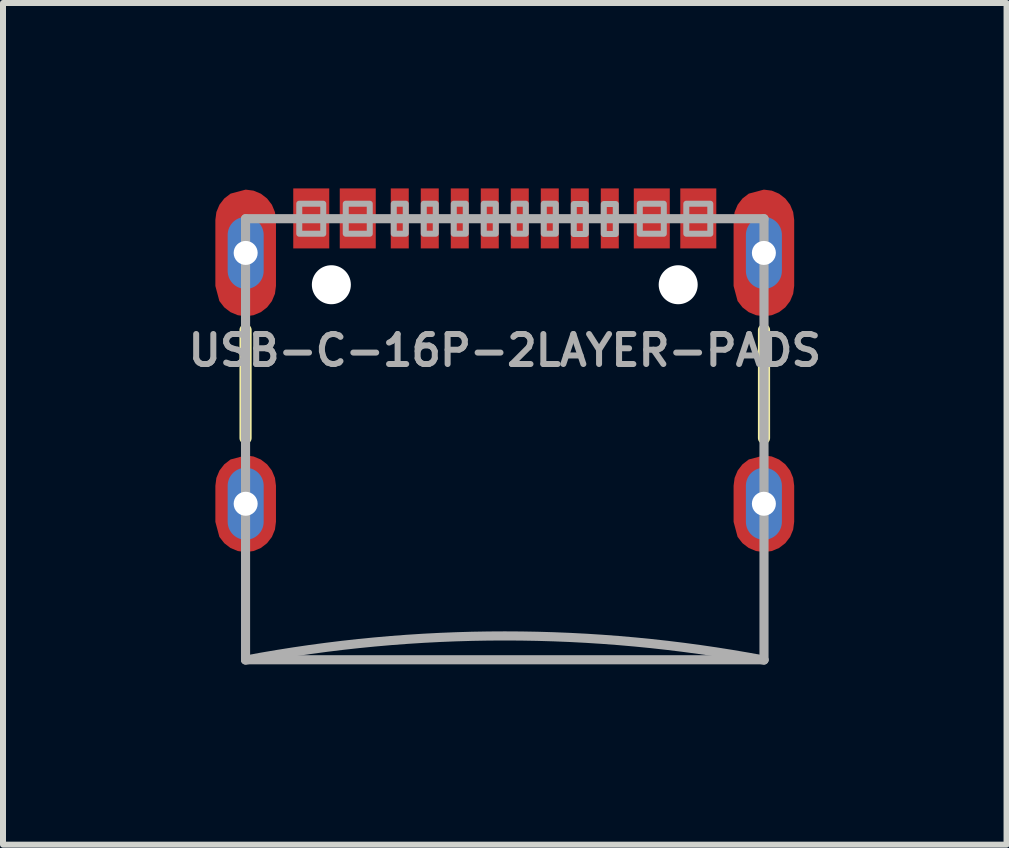
<source format=kicad_pcb>
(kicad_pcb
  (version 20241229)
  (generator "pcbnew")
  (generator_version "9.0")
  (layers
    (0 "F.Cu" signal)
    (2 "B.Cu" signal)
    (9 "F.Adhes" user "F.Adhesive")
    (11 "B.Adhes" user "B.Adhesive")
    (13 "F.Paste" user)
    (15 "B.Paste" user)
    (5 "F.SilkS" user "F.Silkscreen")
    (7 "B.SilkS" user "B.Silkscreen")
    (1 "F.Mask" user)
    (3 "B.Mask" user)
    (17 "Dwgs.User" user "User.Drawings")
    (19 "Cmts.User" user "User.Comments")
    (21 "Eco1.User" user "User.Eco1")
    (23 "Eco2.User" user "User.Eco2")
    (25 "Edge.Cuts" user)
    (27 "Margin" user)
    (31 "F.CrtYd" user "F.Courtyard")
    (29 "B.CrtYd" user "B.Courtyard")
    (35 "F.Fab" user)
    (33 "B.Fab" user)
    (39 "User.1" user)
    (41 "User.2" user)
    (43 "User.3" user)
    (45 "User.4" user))
  (footprint "USB-C-16P-2LAYER-PADS"
    (layer "F.Cu")
    (at 5.362 0.25)
    (property "Reference" "USB-C-16P-2LAYER-PADS" (at 0 2.54 0) (layer "F.Fab") (effects (font (size 0.5 0.5) (thickness 0.1) (bold yes))))
    (fp_poly (pts (xy -4.187 -0.123) (xy -4.065 -0.072) (xy -3.961 0.008) (xy -3.881 0.112) (xy -3.83 0.234) (xy -3.813 0.365) (xy -3.813 1.465) (xy -3.83 1.596) (xy -3.881 1.718) (xy -3.961 1.822) (xy -4.065 1.902) (xy -4.187 1.953) (xy -4.318 1.97) (xy -4.449 1.953) (xy -4.571 1.902) (xy -4.675 1.822) (xy -4.756 1.717) (xy -4.823 1.466) (xy -4.823 0.365) (xy -4.806 0.234) (xy -4.755 0.112) (xy -4.675 0.008) (xy -4.57 -0.073) (xy -4.318 -0.14)) (stroke (width 0) (type default)) (fill yes) (layer "F.Cu"))
    (fp_poly (pts (xy -4.187 4.307) (xy -4.065 4.358) (xy -3.961 4.438) (xy -3.881 4.542) (xy -3.83 4.664) (xy -3.813 4.795) (xy -3.813 5.395) (xy -3.83 5.526) (xy -3.881 5.648) (xy -3.961 5.752) (xy -4.065 5.832) (xy -4.187 5.883) (xy -4.318 5.9) (xy -4.449 5.883) (xy -4.571 5.832) (xy -4.675 5.752) (xy -4.756 5.647) (xy -4.823 5.396) (xy -4.823 4.795) (xy -4.806 4.664) (xy -4.755 4.542) (xy -4.675 4.438) (xy -4.57 4.357) (xy -4.318 4.29)) (stroke (width 0) (type default)) (fill yes) (layer "F.Cu"))
    (fp_poly (pts (xy 4.449 -0.123) (xy 4.571 -0.072) (xy 4.675 0.008) (xy 4.755 0.112) (xy 4.806 0.234) (xy 4.823 0.365) (xy 4.823 1.465) (xy 4.806 1.596) (xy 4.755 1.718) (xy 4.675 1.822) (xy 4.571 1.902) (xy 4.449 1.953) (xy 4.318 1.97) (xy 4.187 1.953) (xy 4.065 1.902) (xy 3.961 1.822) (xy 3.88 1.717) (xy 3.813 1.466) (xy 3.813 0.365) (xy 3.83 0.234) (xy 3.881 0.112) (xy 3.961 0.008) (xy 4.066 -0.073) (xy 4.318 -0.14)) (stroke (width 0) (type default)) (fill yes) (layer "F.Cu"))
    (fp_poly (pts (xy 4.449 4.307) (xy 4.571 4.358) (xy 4.675 4.438) (xy 4.755 4.542) (xy 4.806 4.664) (xy 4.823 4.795) (xy 4.823 5.395) (xy 4.806 5.526) (xy 4.755 5.648) (xy 4.675 5.752) (xy 4.571 5.832) (xy 4.449 5.883) (xy 4.318 5.9) (xy 4.187 5.883) (xy 4.065 5.832) (xy 3.961 5.752) (xy 3.88 5.647) (xy 3.813 5.396) (xy 3.813 4.795) (xy 3.83 4.664) (xy 3.881 4.542) (xy 3.961 4.438) (xy 4.066 4.357) (xy 4.318 4.29)) (stroke (width 0) (type default)) (fill yes) (layer "F.Cu"))
    (fp_poly (pts (xy -4.169 -0.226) (xy -4.026 -0.173) (xy -3.902 -0.085) (xy -3.804 0.032) (xy -3.741 0.17) (xy -3.715 0.32) (xy -3.715 1.52) (xy -3.742 1.669) (xy -3.806 1.805) (xy -3.904 1.92) (xy -4.028 2.007) (xy -4.17 2.058) (xy -4.32 2.07) (xy -4.47 2.058) (xy -4.612 2.007) (xy -4.736 1.92) (xy -4.834 1.805) (xy -4.925 1.521) (xy -4.925 0.32) (xy -4.899 0.17) (xy -4.836 0.032) (xy -4.738 -0.085) (xy -4.614 -0.174) (xy -4.32 -0.24)) (stroke (width 0) (type default)) (fill yes) (layer "F.Mask"))
    (fp_poly (pts (xy -4.163 4.211) (xy -4.017 4.273) (xy -3.891 4.37) (xy -3.795 4.496) (xy -3.735 4.643) (xy -3.715 4.8) (xy -3.715 5.4) (xy -3.736 5.556) (xy -3.797 5.701) (xy -3.893 5.825) (xy -4.018 5.921) (xy -4.164 5.98) (xy -4.32 6) (xy -4.476 5.98) (xy -4.622 5.921) (xy -4.747 5.825) (xy -4.843 5.701) (xy -4.925 5.401) (xy -4.925 4.8) (xy -4.905 4.643) (xy -4.845 4.496) (xy -4.749 4.37) (xy -4.623 4.272) (xy -4.32 4.19)) (stroke (width 0) (type default)) (fill yes) (layer "F.Mask"))
    (fp_poly (pts (xy 4.471 -0.226) (xy 4.614 -0.173) (xy 4.738 -0.085) (xy 4.836 0.032) (xy 4.899 0.17) (xy 4.925 0.32) (xy 4.925 1.52) (xy 4.898 1.669) (xy 4.834 1.805) (xy 4.736 1.92) (xy 4.612 2.007) (xy 4.47 2.058) (xy 4.32 2.07) (xy 4.17 2.058) (xy 4.028 2.007) (xy 3.904 1.92) (xy 3.806 1.805) (xy 3.715 1.521) (xy 3.715 0.32) (xy 3.741 0.17) (xy 3.804 0.032) (xy 3.902 -0.085) (xy 4.026 -0.174) (xy 4.32 -0.24)) (stroke (width 0) (type default)) (fill yes) (layer "F.Mask"))
    (fp_poly (pts (xy 4.477 4.211) (xy 4.623 4.273) (xy 4.749 4.37) (xy 4.845 4.496) (xy 4.905 4.643) (xy 4.925 4.8) (xy 4.925 5.4) (xy 4.904 5.556) (xy 4.843 5.701) (xy 4.747 5.825) (xy 4.622 5.921) (xy 4.476 5.98) (xy 4.32 6) (xy 4.164 5.98) (xy 4.018 5.921) (xy 3.893 5.825) (xy 3.797 5.701) (xy 3.715 5.401) (xy 3.715 4.8) (xy 3.735 4.643) (xy 3.795 4.496) (xy 3.891 4.37) (xy 4.017 4.272) (xy 4.32 4.19)) (stroke (width 0) (type default)) (fill yes) (layer "F.Mask"))
    (fp_poly (pts (xy -4.187 -0.123) (xy -4.065 -0.072) (xy -3.961 0.008) (xy -3.881 0.112) (xy -3.83 0.234) (xy -3.813 0.365) (xy -3.813 1.465) (xy -3.83 1.596) (xy -3.881 1.718) (xy -3.961 1.822) (xy -4.065 1.902) (xy -4.187 1.953) (xy -4.318 1.97) (xy -4.57 1.903) (xy -4.675 1.822) (xy -4.755 1.718) (xy -4.806 1.596) (xy -4.823 1.465) (xy -4.823 0.365) (xy -4.806 0.234) (xy -4.755 0.112) (xy -4.675 0.008) (xy -4.571 -0.072) (xy -4.449 -0.123) (xy -4.318 -0.14)) (stroke (width 0) (type default)) (fill yes) (layer "In1.Cu"))
    (fp_poly (pts (xy -4.187 4.307) (xy -4.065 4.358) (xy -3.961 4.438) (xy -3.881 4.542) (xy -3.83 4.664) (xy -3.813 4.795) (xy -3.813 5.395) (xy -3.83 5.526) (xy -3.881 5.648) (xy -3.961 5.752) (xy -4.065 5.832) (xy -4.187 5.883) (xy -4.318 5.9) (xy -4.57 5.833) (xy -4.675 5.752) (xy -4.755 5.648) (xy -4.806 5.526) (xy -4.823 5.395) (xy -4.823 4.795) (xy -4.806 4.664) (xy -4.755 4.542) (xy -4.675 4.438) (xy -4.571 4.358) (xy -4.449 4.307) (xy -4.318 4.29)) (stroke (width 0) (type default)) (fill yes) (layer "In1.Cu"))
    (fp_poly (pts (xy 4.449 -0.123) (xy 4.571 -0.072) (xy 4.675 0.008) (xy 4.755 0.112) (xy 4.806 0.234) (xy 4.823 0.365) (xy 4.823 1.465) (xy 4.806 1.596) (xy 4.755 1.718) (xy 4.675 1.822) (xy 4.571 1.902) (xy 4.449 1.953) (xy 4.318 1.97) (xy 4.066 1.903) (xy 3.961 1.822) (xy 3.881 1.718) (xy 3.83 1.596) (xy 3.813 1.465) (xy 3.813 0.365) (xy 3.83 0.234) (xy 3.881 0.112) (xy 3.961 0.008) (xy 4.065 -0.072) (xy 4.187 -0.123) (xy 4.318 -0.14)) (stroke (width 0) (type default)) (fill yes) (layer "In1.Cu"))
    (fp_poly (pts (xy 4.449 4.307) (xy 4.571 4.358) (xy 4.675 4.438) (xy 4.755 4.542) (xy 4.806 4.664) (xy 4.823 4.795) (xy 4.823 5.395) (xy 4.806 5.526) (xy 4.755 5.648) (xy 4.675 5.752) (xy 4.571 5.832) (xy 4.449 5.883) (xy 4.318 5.9) (xy 4.066 5.833) (xy 3.961 5.752) (xy 3.881 5.648) (xy 3.83 5.526) (xy 3.813 5.395) (xy 3.813 4.795) (xy 3.83 4.664) (xy 3.881 4.542) (xy 3.961 4.438) (xy 4.065 4.358) (xy 4.187 4.307) (xy 4.318 4.29)) (stroke (width 0) (type default)) (fill yes) (layer "In1.Cu"))
    (fp_line (start -4.32 2.2) (end -4.32 4) (stroke (width 0.203) (type solid)) (layer "F.SilkS"))
    (fp_line (start 4.32 2.2) (end 4.32 4) (stroke (width 0.203) (type solid)) (layer "F.SilkS"))
    (fp_poly (pts (xy -4.219 -0.146) (xy -4.094 -0.103) (xy -3.984 -0.029) (xy -3.898 0.071) (xy -3.84 0.19) (xy -3.815 0.32) (xy -3.815 1.521) (xy -3.854 1.668) (xy -3.937 1.796) (xy -4.056 1.892) (xy -4.35 1.955) (xy -4.491 1.939) (xy -4.621 1.88) (xy -4.727 1.784) (xy -4.825 1.521) (xy -4.825 0.32) (xy -4.802 0.173) (xy -4.734 0.041) (xy -4.629 -0.065) (xy -4.351 -0.155)) (stroke (width 0) (type default)) (fill yes) (layer "F.Paste"))
    (fp_poly (pts (xy -4.147 4.322) (xy -4.011 4.395) (xy -3.903 4.507) (xy -3.815 4.799) (xy -3.815 5.4) (xy -3.836 5.553) (xy -3.904 5.693) (xy -4.011 5.805) (xy -4.299 5.905) (xy -4.434 5.89) (xy -4.559 5.841) (xy -4.667 5.761) (xy -4.751 5.656) (xy -4.825 5.401) (xy -4.825 4.8) (xy -4.805 4.667) (xy -4.751 4.544) (xy -4.667 4.439) (xy -4.559 4.359) (xy -4.3 4.295)) (stroke (width 0) (type default)) (fill yes) (layer "F.Paste"))
    (fp_poly (pts (xy 4.43 -0.145) (xy 4.553 -0.101) (xy 4.661 -0.026) (xy 4.745 0.073) (xy 4.801 0.191) (xy 4.825 0.32) (xy 4.825 1.521) (xy 4.787 1.667) (xy 4.707 1.794) (xy 4.59 1.89) (xy 4.3 1.955) (xy 4.164 1.949) (xy 4.035 1.902) (xy 3.927 1.816) (xy 3.815 1.571) (xy 3.815 0.37) (xy 3.827 0.239) (xy 3.873 0.115) (xy 3.949 0.007) (xy 4.05 -0.077) (xy 4.299 -0.155)) (stroke (width 0) (type default)) (fill yes) (layer "F.Paste"))
    (fp_poly (pts (xy 4.434 4.31) (xy 4.559 4.359) (xy 4.667 4.439) (xy 4.751 4.544) (xy 4.805 4.667) (xy 4.825 4.8) (xy 4.825 5.4) (xy 4.806 5.552) (xy 4.74 5.691) (xy 4.635 5.803) (xy 4.351 5.905) (xy 4.221 5.899) (xy 4.097 5.859) (xy 3.989 5.789) (xy 3.901 5.692) (xy 3.815 5.451) (xy 3.815 4.85) (xy 3.824 4.715) (xy 3.867 4.586) (xy 3.942 4.472) (xy 4.045 4.382) (xy 4.299 4.295)) (stroke (width 0) (type default)) (fill yes) (layer "F.Paste"))
    (fp_line (start -4.32 0.345) (end -4.32 1.965) (stroke (width 0.01) (type solid)) (layer "F.Fab"))
    (fp_line (start -4.32 0.345) (end 4.32 0.345) (stroke (width 0.152) (type solid)) (layer "F.Fab"))
    (fp_line (start -4.32 4.295) (end -4.32 5.895) (stroke (width 0.01) (type solid)) (layer "F.Fab"))
    (fp_line (start -4.32 7.695) (end -4.32 0.345) (stroke (width 0.152) (type solid)) (layer "F.Fab"))
    (fp_line (start -4.32 7.695) (end 4.32 7.695) (stroke (width 0.152) (type solid)) (layer "F.Fab"))
    (fp_line (start 4.32 0.345) (end 4.32 1.965) (stroke (width 0.01) (type solid)) (layer "F.Fab"))
    (fp_line (start 4.32 0.345) (end 4.32 7.695) (stroke (width 0.152) (type solid)) (layer "F.Fab"))
    (fp_line (start 4.32 4.295) (end 4.32 5.895) (stroke (width 0.01) (type solid)) (layer "F.Fab"))
    (fp_arc (start -4.32 7.7) (mid 0 7.297675) (end 4.32 7.7) (stroke (width 0.1524) (type solid)) (layer "F.Fab"))
    (fp_poly (pts (xy -3.425 0.595) (xy -3.025 0.595) (xy -3.025 0.095) (xy -3.425 0.095)) (stroke (width 0.1) (type default)) (fill no) (layer "F.Fab"))
    (fp_poly (pts (xy -2.65 0.595) (xy -2.25 0.595) (xy -2.25 0.095) (xy -2.65 0.095)) (stroke (width 0.1) (type default)) (fill no) (layer "F.Fab"))
    (fp_poly (pts (xy -1.85 0.595) (xy -1.65 0.595) (xy -1.65 0.095) (xy -1.85 0.095)) (stroke (width 0.1) (type default)) (fill no) (layer "F.Fab"))
    (fp_poly (pts (xy -1.35 0.595) (xy -1.15 0.595) (xy -1.15 0.095) (xy -1.35 0.095)) (stroke (width 0.1) (type default)) (fill no) (layer "F.Fab"))
    (fp_poly (pts (xy -0.85 0.595) (xy -0.65 0.595) (xy -0.65 0.095) (xy -0.85 0.095)) (stroke (width 0.1) (type default)) (fill no) (layer "F.Fab"))
    (fp_poly (pts (xy -0.35 0.595) (xy -0.15 0.595) (xy -0.15 0.095) (xy -0.35 0.095)) (stroke (width 0.1) (type default)) (fill no) (layer "F.Fab"))
    (fp_poly (pts (xy 0.15 0.595) (xy 0.35 0.595) (xy 0.35 0.095) (xy 0.15 0.095)) (stroke (width 0.1) (type default)) (fill no) (layer "F.Fab"))
    (fp_poly (pts (xy 0.65 0.595) (xy 0.85 0.595) (xy 0.85 0.095) (xy 0.65 0.095)) (stroke (width 0.1) (type default)) (fill no) (layer "F.Fab"))
    (fp_poly (pts (xy 1.15 0.6) (xy 1.35 0.6) (xy 1.35 0.1) (xy 1.15 0.1)) (stroke (width 0.1) (type default)) (fill no) (layer "F.Fab"))
    (fp_poly (pts (xy 1.65 0.6) (xy 1.85 0.6) (xy 1.85 0.1) (xy 1.65 0.1)) (stroke (width 0.1) (type default)) (fill no) (layer "F.Fab"))
    (fp_poly (pts (xy 2.25 0.595) (xy 2.65 0.595) (xy 2.65 0.095) (xy 2.25 0.095)) (stroke (width 0.1) (type default)) (fill no) (layer "F.Fab"))
    (fp_poly (pts (xy 3.025 0.595) (xy 3.425 0.595) (xy 3.425 0.095) (xy 3.025 0.095)) (stroke (width 0.1) (type default)) (fill no) (layer "F.Fab"))
    (pad "" np_thru_hole circle (at -2.89 1.445) (size 0.65 0.65) (drill 0.65) (layers "*.Cu" "*.Mask"))
    (pad "" np_thru_hole circle (at 2.89 1.445) (size 0.65 0.65) (drill 0.65) (layers "*.Cu" "*.Mask"))
    (pad "A5" smd rect (at -1.25 0.34 180) (size 0.3 1) (layers "F.Cu" "F.Mask" "F.Paste"))
    (pad "A6" smd rect (at -0.25 0.34 180) (size 0.3 1) (layers "F.Cu" "F.Mask" "F.Paste"))
    (pad "A7" smd rect (at 0.25 0.34) (size 0.3 1) (layers "F.Cu" "F.Mask" "F.Paste"))
    (pad "A8" smd rect (at 1.25 0.34) (size 0.3 1) (layers "F.Cu" "F.Mask" "F.Paste"))
    (pad "B5" smd rect (at 1.75 0.34) (size 0.3 1) (layers "F.Cu" "F.Mask" "F.Paste"))
    (pad "B6" smd rect (at 0.75 0.34) (size 0.3 1) (layers "F.Cu" "F.Mask" "F.Paste"))
    (pad "B7" smd rect (at -0.75 0.34 180) (size 0.3 1) (layers "F.Cu" "F.Mask" "F.Paste"))
    (pad "B8" smd rect (at -1.75 0.34 180) (size 0.3 1) (layers "F.Cu" "F.Mask" "F.Paste"))
    (pad "GND" smd rect (at -3.225 0.34 180) (size 0.6 1) (layers "F.Cu" "F.Mask" "F.Paste"))
    (pad "GND2" smd rect (at 3.225 0.34) (size 0.6 1) (layers "F.Cu" "F.Mask" "F.Paste"))
    (pad "S1" thru_hole oval (at -4.318 0.915 90) (size 1.2 0.6) (drill 0.4) (layers "*.Cu"))
    (pad "S2" thru_hole oval (at 4.318 0.915 90) (size 1.2 0.6) (drill 0.4) (layers "*.Cu"))
    (pad "S3" thru_hole oval (at -4.318 5.095 90) (size 1.2 0.6) (drill 0.4) (layers "*.Cu"))
    (pad "S4" thru_hole oval (at 4.318 5.095 90) (size 1.2 0.6) (drill 0.4) (layers "*.Cu"))
    (pad "VBUS" smd rect (at -2.45 0.34 180) (size 0.6 1) (layers "F.Cu" "F.Mask" "F.Paste"))
    (pad "VBUS2" smd rect (at 2.45 0.34) (size 0.6 1) (layers "F.Cu" "F.Mask" "F.Paste")))
  (gr_rect
    (start -3 -3)
    (end 13.724 11.026)
    (stroke (width 0.1) (type default))
    (fill no)
    (layer "Edge.Cuts")))
</source>
